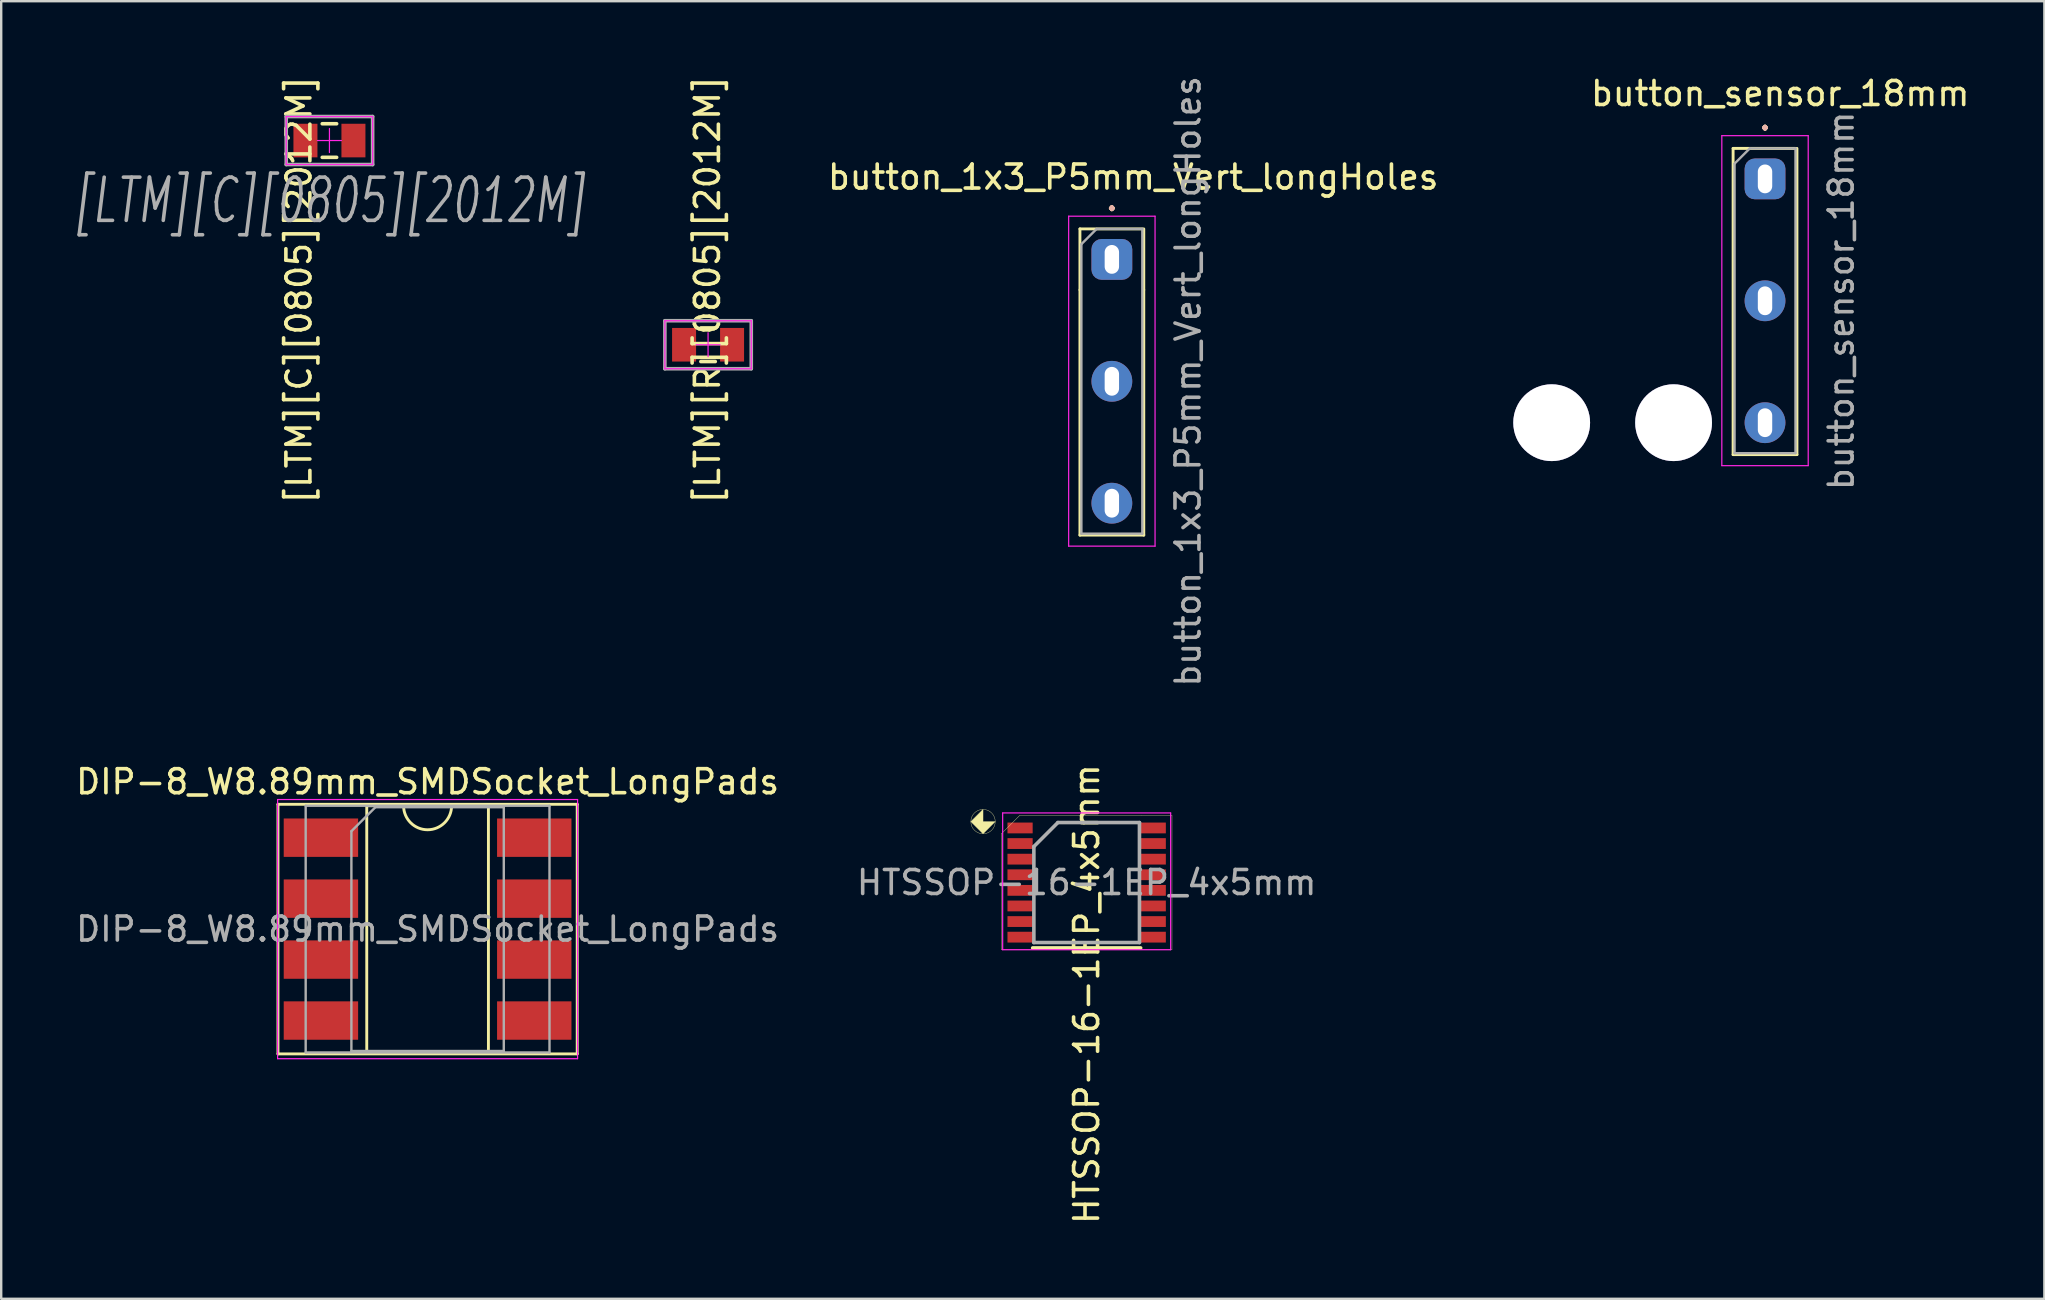
<source format=kicad_pcb>
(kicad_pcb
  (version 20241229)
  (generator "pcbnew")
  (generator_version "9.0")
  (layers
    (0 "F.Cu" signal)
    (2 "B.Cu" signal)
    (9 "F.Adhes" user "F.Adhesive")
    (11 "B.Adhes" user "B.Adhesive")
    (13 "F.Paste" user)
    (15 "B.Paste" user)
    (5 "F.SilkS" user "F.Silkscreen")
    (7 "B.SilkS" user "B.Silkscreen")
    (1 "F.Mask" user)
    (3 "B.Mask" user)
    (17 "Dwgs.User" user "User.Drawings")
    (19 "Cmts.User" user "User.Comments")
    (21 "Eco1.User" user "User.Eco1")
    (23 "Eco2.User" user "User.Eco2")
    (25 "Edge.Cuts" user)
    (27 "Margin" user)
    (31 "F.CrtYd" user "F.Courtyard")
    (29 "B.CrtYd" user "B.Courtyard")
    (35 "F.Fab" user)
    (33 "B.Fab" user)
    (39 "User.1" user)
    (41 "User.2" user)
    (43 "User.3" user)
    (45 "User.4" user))
  (footprint "[LTM][R][0805][2012M]"
    (layer "F.Cu")
    (at 26.456 11.316)
    (property "Reference" "[LTM][R][0805][2012M]" (at -0.025 -2.286 270) (layer "F.SilkS") (effects (font (size 1 1) (thickness 0.15))))
    (attr smd)
    (fp_line (start -0.3 -0.7) (end 0.3 -0.7) (stroke (width 0.15) (type solid)) (layer "F.SilkS"))
    (fp_line (start 0.3 0.7) (end -0.3 0.7) (stroke (width 0.15) (type solid)) (layer "F.SilkS"))
    (fp_line (start -1.8 -1) (end -1.8 1) (stroke (width 0.05) (type solid)) (layer "F.CrtYd"))
    (fp_line (start -1.8 -1) (end 1.8 -1) (stroke (width 0.05) (type solid)) (layer "F.CrtYd"))
    (fp_line (start 0 0) (end -0.5 0) (stroke (width 0.05) (type solid)) (layer "F.CrtYd"))
    (fp_line (start 0 0) (end 0 -0.5) (stroke (width 0.05) (type solid)) (layer "F.CrtYd"))
    (fp_line (start 0 0) (end 0 0.5) (stroke (width 0.05) (type solid)) (layer "F.CrtYd"))
    (fp_line (start 0.5 0) (end 0 0) (stroke (width 0.05) (type solid)) (layer "F.CrtYd"))
    (fp_line (start 1.8 1) (end -1.8 1) (stroke (width 0.05) (type solid)) (layer "F.CrtYd"))
    (fp_line (start 1.8 1) (end 1.8 -1) (stroke (width 0.05) (type solid)) (layer "F.CrtYd"))
    (fp_line (start -1.8 -1) (end 1.8 -1) (stroke (width 0.15) (type solid)) (layer "F.Fab"))
    (fp_line (start -1.8 1) (end -1.8 -1) (stroke (width 0.15) (type solid)) (layer "F.Fab"))
    (fp_line (start 1.8 -1) (end 1.8 1) (stroke (width 0.15) (type solid)) (layer "F.Fab"))
    (fp_line (start 1.8 1) (end -1.8 1) (stroke (width 0.15) (type solid)) (layer "F.Fab"))
    (pad "1" smd rect (at -1 0) (size 1 1.4) (layers "F.Cu" "F.Mask" "F.Paste"))
    (pad "2" smd rect (at 1 0) (size 1 1.4) (layers "F.Cu" "F.Mask" "F.Paste")))
  (footprint "button_sensor_18mm"
    (layer "F.Cu")
    (at 70.5 4.404)
    (property "Reference" "button_sensor_18mm" (at 0.635 -3.556 0) (layer "F.SilkS") (effects (font (size 1 1) (thickness 0.15))))
    (attr through_hole)
    (fp_line (start -1.33 -1.27) (end -1.33 11.49) (stroke (width 0.12) (type solid)) (layer "F.SilkS"))
    (fp_line (start -1.33 -1.27) (end 1.27 -1.27) (stroke (width 0.12) (type solid)) (layer "F.SilkS"))
    (fp_line (start -1.33 11.49) (end 1.33 11.49) (stroke (width 0.12) (type solid)) (layer "F.SilkS"))
    (fp_line (start 1.33 -1.27) (end 1.33 11.49) (stroke (width 0.12) (type solid)) (layer "F.SilkS"))
    (fp_line (start -1.8 -1.8) (end -1.8 11.95) (stroke (width 0.05) (type solid)) (layer "F.CrtYd"))
    (fp_line (start -1.8 11.95) (end 1.8 11.95) (stroke (width 0.05) (type solid)) (layer "F.CrtYd"))
    (fp_line (start 1.8 -1.8) (end -1.8 -1.8) (stroke (width 0.05) (type solid)) (layer "F.CrtYd"))
    (fp_line (start 1.8 11.95) (end 1.8 -1.8) (stroke (width 0.05) (type solid)) (layer "F.CrtYd"))
    (fp_line (start -1.27 -0.635) (end -0.635 -1.27) (stroke (width 0.1) (type solid)) (layer "F.Fab"))
    (fp_line (start -1.27 11.43) (end -1.27 -0.635) (stroke (width 0.1) (type solid)) (layer "F.Fab"))
    (fp_line (start -0.635 -1.27) (end 1.27 -1.27) (stroke (width 0.1) (type solid)) (layer "F.Fab"))
    (fp_line (start 1.27 -1.27) (end 1.27 11.43) (stroke (width 0.1) (type solid)) (layer "F.Fab"))
    (fp_line (start 1.27 11.43) (end -1.27 11.43) (stroke (width 0.1) (type solid)) (layer "F.Fab"))
    (fp_text user "." (at 0 -2.54 0) (layer "F.SilkS") (effects (font (size 1 1) (thickness 0.15))))
    (fp_text user "." (at 0 -2.54 0) (layer "B.SilkS") (effects (font (size 1 1) (thickness 0.15)) (justify mirror)))
    (fp_text user "${REFERENCE}" (at 3.175 5.08 90) (layer "F.Fab") (effects (font (size 1 1) (thickness 0.15))))
    (pad "1" thru_hole roundrect (at 0 0) (size 1.7 1.7) (drill oval 0.6 1.2) (layers "*.Cu" "*.Mask") (roundrect_rratio 0.25))
    (pad "2" thru_hole circle (at -8.89 10.16) (size 3.2 3.2) (drill 3.2) (layers "*.Mask" "F.Cu"))
    (pad "3" thru_hole oval (at 0 5.08) (size 1.7 1.7) (drill oval 0.6 1.2) (layers "*.Cu" "*.Mask"))
    (pad "4" thru_hole circle (at -3.81 10.16) (size 3.2 3.2) (drill 3.2) (layers "*.Mask" "F.Cu"))
    (pad "5" thru_hole oval (at 0 10.16) (size 1.7 1.7) (drill oval 0.6 1.2) (layers "*.Cu" "*.Mask")))
  (footprint "button_1x3_P5mm_Vert_longHoles"
    (layer "F.Cu")
    (at 43.282 7.759)
    (property "Reference" "button_1x3_P5mm_Vert_longHoles" (at 0.889 -3.429 0) (layer "F.SilkS") (effects (font (size 1 1) (thickness 0.15))))
    (attr through_hole)
    (fp_line (start -1.33 -1.27) (end 1.27 -1.27) (stroke (width 0.12) (type solid)) (layer "F.SilkS"))
    (fp_line (start -1.33 1.27) (end -1.33 -1.27) (stroke (width 0.12) (type solid)) (layer "F.SilkS"))
    (fp_line (start -1.33 1.27) (end -1.33 11.49) (stroke (width 0.12) (type solid)) (layer "F.SilkS"))
    (fp_line (start -1.33 11.49) (end 1.33 11.49) (stroke (width 0.12) (type solid)) (layer "F.SilkS"))
    (fp_line (start 1.33 -1.27) (end 1.33 1.27) (stroke (width 0.12) (type solid)) (layer "F.SilkS"))
    (fp_line (start 1.33 1.27) (end 1.33 11.49) (stroke (width 0.12) (type solid)) (layer "F.SilkS"))
    (fp_line (start -1.8 -1.8) (end -1.8 11.95) (stroke (width 0.05) (type solid)) (layer "F.CrtYd"))
    (fp_line (start -1.8 11.95) (end 1.8 11.95) (stroke (width 0.05) (type solid)) (layer "F.CrtYd"))
    (fp_line (start 1.8 -1.8) (end -1.8 -1.8) (stroke (width 0.05) (type solid)) (layer "F.CrtYd"))
    (fp_line (start 1.8 11.95) (end 1.8 -1.8) (stroke (width 0.05) (type solid)) (layer "F.CrtYd"))
    (fp_line (start -1.27 -0.635) (end -0.635 -1.27) (stroke (width 0.1) (type solid)) (layer "F.Fab"))
    (fp_line (start -1.27 11.43) (end -1.27 -0.635) (stroke (width 0.1) (type solid)) (layer "F.Fab"))
    (fp_line (start -0.635 -1.27) (end 1.27 -1.27) (stroke (width 0.1) (type solid)) (layer "F.Fab"))
    (fp_line (start 1.27 -1.27) (end 1.27 11.43) (stroke (width 0.1) (type solid)) (layer "F.Fab"))
    (fp_line (start 1.27 11.43) (end -1.27 11.43) (stroke (width 0.1) (type solid)) (layer "F.Fab"))
    (fp_text user "." (at 0 -2.54 0) (layer "F.SilkS") (effects (font (size 1 1) (thickness 0.15))))
    (fp_text user "." (at 0 -2.54 0) (layer "B.SilkS") (effects (font (size 1 1) (thickness 0.15)) (justify mirror)))
    (fp_text user "${REFERENCE}" (at 3.175 5.08 90) (layer "F.Fab") (effects (font (size 1 1) (thickness 0.15))))
    (pad "1" thru_hole roundrect (at 0 0) (size 1.7 1.7) (drill oval 0.6 1.2) (layers "*.Cu" "*.Mask") (roundrect_rratio 0.25))
    (pad "3" thru_hole oval (at 0 5.08) (size 1.7 1.7) (drill oval 0.6 1.2) (layers "*.Cu" "*.Mask"))
    (pad "5" thru_hole oval (at 0 10.16) (size 1.7 1.7) (drill oval 0.6 1.2) (layers "*.Cu" "*.Mask")))
  (footprint "DIP-8_W8.89mm_SMDSocket_LongPads"
    (layer "F.Cu")
    (at 14.768 35.667)
    (property "Reference" "DIP-8_W8.89mm_SMDSocket_LongPads" (at 0 -6.14 180) (layer "F.SilkS") (effects (font (size 1 1) (thickness 0.15))))
    (attr smd)
    (fp_line (start -6.235 -5.2) (end -6.235 5.2) (stroke (width 0.12) (type solid)) (layer "F.SilkS"))
    (fp_line (start -6.235 5.2) (end 6.235 5.2) (stroke (width 0.12) (type solid)) (layer "F.SilkS"))
    (fp_line (start -2.535 -5.14) (end -2.535 5.14) (stroke (width 0.12) (type solid)) (layer "F.SilkS"))
    (fp_line (start -2.535 5.14) (end 2.535 5.14) (stroke (width 0.12) (type solid)) (layer "F.SilkS"))
    (fp_line (start -1 -5.14) (end -2.535 -5.14) (stroke (width 0.12) (type solid)) (layer "F.SilkS"))
    (fp_line (start 2.535 -5.14) (end 1 -5.14) (stroke (width 0.12) (type solid)) (layer "F.SilkS"))
    (fp_line (start 2.535 5.14) (end 2.535 -5.14) (stroke (width 0.12) (type solid)) (layer "F.SilkS"))
    (fp_line (start 6.235 -5.2) (end -6.235 -5.2) (stroke (width 0.12) (type solid)) (layer "F.SilkS"))
    (fp_line (start 6.235 5.2) (end 6.235 -5.2) (stroke (width 0.12) (type solid)) (layer "F.SilkS"))
    (fp_arc (start 1 -5.14) (mid 0 -4.14) (end -1 -5.14) (stroke (width 0.12) (type solid)) (layer "F.SilkS"))
    (fp_line (start -6.25 -5.4) (end -6.25 5.4) (stroke (width 0.05) (type solid)) (layer "F.CrtYd"))
    (fp_line (start -6.25 5.4) (end 6.25 5.4) (stroke (width 0.05) (type solid)) (layer "F.CrtYd"))
    (fp_line (start 6.25 -5.4) (end -6.25 -5.4) (stroke (width 0.05) (type solid)) (layer "F.CrtYd"))
    (fp_line (start 6.25 5.4) (end 6.25 -5.4) (stroke (width 0.05) (type solid)) (layer "F.CrtYd"))
    (fp_line (start -5.08 -5.14) (end -5.08 5.14) (stroke (width 0.1) (type solid)) (layer "F.Fab"))
    (fp_line (start -5.08 5.14) (end 5.08 5.14) (stroke (width 0.1) (type solid)) (layer "F.Fab"))
    (fp_line (start -3.175 -4.08) (end -2.175 -5.08) (stroke (width 0.1) (type solid)) (layer "F.Fab"))
    (fp_line (start -3.175 5.08) (end -3.175 -4.08) (stroke (width 0.1) (type solid)) (layer "F.Fab"))
    (fp_line (start -2.175 -5.08) (end 3.175 -5.08) (stroke (width 0.1) (type solid)) (layer "F.Fab"))
    (fp_line (start 3.175 -5.08) (end 3.175 5.08) (stroke (width 0.1) (type solid)) (layer "F.Fab"))
    (fp_line (start 3.175 5.08) (end -3.175 5.08) (stroke (width 0.1) (type solid)) (layer "F.Fab"))
    (fp_line (start 5.08 -5.14) (end -5.08 -5.14) (stroke (width 0.1) (type solid)) (layer "F.Fab"))
    (fp_line (start 5.08 5.14) (end 5.08 -5.14) (stroke (width 0.1) (type solid)) (layer "F.Fab"))
    (fp_text user "${REFERENCE}" (at 0 0 180) (layer "F.Fab") (effects (font (size 1 1) (thickness 0.15))))
    (pad "1" smd rect (at -4.445 -3.81) (size 3.1 1.6) (layers "F.Cu" "F.Mask" "F.Paste"))
    (pad "2" smd rect (at -4.445 -1.27) (size 3.1 1.6) (layers "F.Cu" "F.Mask" "F.Paste"))
    (pad "3" smd rect (at -4.445 1.27) (size 3.1 1.6) (layers "F.Cu" "F.Mask" "F.Paste"))
    (pad "4" smd rect (at -4.445 3.81) (size 3.1 1.6) (layers "F.Cu" "F.Mask" "F.Paste"))
    (pad "5" smd rect (at 4.445 3.81) (size 3.1 1.6) (layers "F.Cu" "F.Mask" "F.Paste"))
    (pad "6" smd rect (at 4.445 1.27) (size 3.1 1.6) (layers "F.Cu" "F.Mask" "F.Paste"))
    (pad "7" smd rect (at 4.445 -1.27) (size 3.1 1.6) (layers "F.Cu" "F.Mask" "F.Paste"))
    (pad "8" smd rect (at 4.445 -3.81) (size 3.1 1.6) (layers "F.Cu" "F.Mask" "F.Paste")))
  (footprint "HTSSOP-16-1EP_4x5mm"
    (layer "F.Cu")
    (at 42.232 33.727)
    (property "Reference" "HTSSOP-16-1EP_4x5mm" (at 0 4.648 90) (layer "F.SilkS") (effects (font (size 1 1) (thickness 0.15))))
    (attr smd)
    (fp_line (start -3.556 -2.032) (end -2.794 -2.794) (stroke (width 0.014) (type solid)) (layer "F.SilkS"))
    (fp_line (start -3.556 2.794) (end -3.556 -2.032) (stroke (width 0.014) (type solid)) (layer "F.SilkS"))
    (fp_line (start -2.794 -2.794) (end 2.286 -2.794) (stroke (width 0.014) (type solid)) (layer "F.SilkS"))
    (fp_line (start -2.25 2.725) (end 2.25 2.725) (stroke (width 0.15) (type solid)) (layer "F.SilkS"))
    (fp_line (start 2.286 -2.794) (end 3.556 -2.794) (stroke (width 0.014) (type solid)) (layer "F.SilkS"))
    (fp_line (start 3.556 -2.794) (end 3.556 2.794) (stroke (width 0.014) (type solid)) (layer "F.SilkS"))
    (fp_line (start 3.556 2.794) (end -3.556 2.794) (stroke (width 0.014) (type solid)) (layer "F.SilkS"))
    (fp_circle (center -4.318 -2.54) (end -3.81 -2.54) (stroke (width 0.014) (type solid)) (fill no) (layer "F.SilkS"))
    (fp_poly (pts (xy -3.81 -2.54) (xy -4.318 -2.54) (xy -4.318 -3.048) (xy -4.826 -2.54) (xy -4.318 -2.032)) (stroke (width 0.014) (type solid)) (fill yes) (layer "F.SilkS"))
    (fp_line (start -3.5 -2.9) (end -3.5 2.8) (stroke (width 0.05) (type solid)) (layer "F.CrtYd"))
    (fp_line (start -3.5 -2.9) (end 3.5 -2.9) (stroke (width 0.05) (type solid)) (layer "F.CrtYd"))
    (fp_line (start -3.5 2.8) (end 3.5 2.8) (stroke (width 0.05) (type solid)) (layer "F.CrtYd"))
    (fp_line (start 3.5 -2.9) (end 3.5 2.8) (stroke (width 0.05) (type solid)) (layer "F.CrtYd"))
    (fp_line (start -2.2 -1.5) (end -1.2 -2.5) (stroke (width 0.15) (type solid)) (layer "F.Fab"))
    (fp_line (start -2.2 2.5) (end -2.2 -1.5) (stroke (width 0.15) (type solid)) (layer "F.Fab"))
    (fp_line (start -1.2 -2.5) (end 2.2 -2.5) (stroke (width 0.15) (type solid)) (layer "F.Fab"))
    (fp_line (start 2.2 -2.5) (end 2.2 2.5) (stroke (width 0.15) (type solid)) (layer "F.Fab"))
    (fp_line (start 2.2 2.5) (end -2.2 2.5) (stroke (width 0.15) (type solid)) (layer "F.Fab"))
    (fp_text user "${REFERENCE}" (at 0 0 0) (layer "F.Fab") (effects (font (size 1 1) (thickness 0.15))))
    (pad "1" smd rect (at -2.775 -2.275) (size 1.05 0.45) (layers "F.Cu" "F.Mask" "F.Paste"))
    (pad "2" smd rect (at -2.775 -1.625) (size 1.05 0.45) (layers "F.Cu" "F.Mask" "F.Paste"))
    (pad "3" smd rect (at -2.775 -0.975) (size 1.05 0.45) (layers "F.Cu" "F.Mask" "F.Paste"))
    (pad "4" smd rect (at -2.775 -0.325) (size 1.05 0.45) (layers "F.Cu" "F.Mask" "F.Paste"))
    (pad "5" smd rect (at -2.775 0.325) (size 1.05 0.45) (layers "F.Cu" "F.Mask" "F.Paste"))
    (pad "6" smd rect (at -2.775 0.975) (size 1.05 0.45) (layers "F.Cu" "F.Mask" "F.Paste"))
    (pad "7" smd rect (at -2.775 1.625) (size 1.05 0.45) (layers "F.Cu" "F.Mask" "F.Paste"))
    (pad "8" smd rect (at -2.775 2.275) (size 1.05 0.45) (layers "F.Cu" "F.Mask" "F.Paste"))
    (pad "9" smd rect (at 2.775 2.275) (size 1.05 0.45) (layers "F.Cu" "F.Mask" "F.Paste"))
    (pad "10" smd rect (at 2.775 1.625) (size 1.05 0.45) (layers "F.Cu" "F.Mask" "F.Paste"))
    (pad "11" smd rect (at 2.775 0.975) (size 1.05 0.45) (layers "F.Cu" "F.Mask" "F.Paste"))
    (pad "12" smd rect (at 2.775 0.325) (size 1.05 0.45) (layers "F.Cu" "F.Mask" "F.Paste"))
    (pad "13" smd rect (at 2.775 -0.325) (size 1.05 0.45) (layers "F.Cu" "F.Mask" "F.Paste"))
    (pad "14" smd rect (at 2.775 -0.975) (size 1.05 0.45) (layers "F.Cu" "F.Mask" "F.Paste"))
    (pad "15" smd rect (at 2.775 -1.625) (size 1.05 0.45) (layers "F.Cu" "F.Mask" "F.Paste"))
    (pad "16" smd rect (at 2.775 -2.275) (size 1.05 0.45) (layers "F.Cu" "F.Mask" "F.Paste")))
  (footprint "[LTM][C][0805][2012M]"
    (layer "F.Cu")
    (at 10.678 2.807)
    (property "Reference" "[LTM][C][0805][2012M]" (at -1.27 6.223 270) (layer "F.SilkS") (effects (font (size 1 1) (thickness 0.15))))
    (attr smd)
    (fp_line (start -0.3 0.7) (end 0.3 0.7) (stroke (width 0.15) (type solid)) (layer "F.SilkS"))
    (fp_line (start 0.3 -0.7) (end -0.3 -0.7) (stroke (width 0.15) (type solid)) (layer "F.SilkS"))
    (fp_line (start -1.8 -1) (end -1.8 1) (stroke (width 0.05) (type solid)) (layer "F.CrtYd"))
    (fp_line (start -1.8 -1) (end 1.8 -1) (stroke (width 0.05) (type solid)) (layer "F.CrtYd"))
    (fp_line (start 0 0) (end -0.5 0) (stroke (width 0.05) (type solid)) (layer "F.CrtYd"))
    (fp_line (start 0 0) (end 0 -0.5) (stroke (width 0.05) (type solid)) (layer "F.CrtYd"))
    (fp_line (start 0 0) (end 0 0.5) (stroke (width 0.05) (type solid)) (layer "F.CrtYd"))
    (fp_line (start 0.5 0) (end 0 0) (stroke (width 0.05) (type solid)) (layer "F.CrtYd"))
    (fp_line (start 1.8 1) (end -1.8 1) (stroke (width 0.05) (type solid)) (layer "F.CrtYd"))
    (fp_line (start 1.8 1) (end 1.8 -1) (stroke (width 0.05) (type solid)) (layer "F.CrtYd"))
    (fp_line (start -1.8 -1) (end 1.8 -1) (stroke (width 0.15) (type solid)) (layer "F.Fab"))
    (fp_line (start -1.8 1) (end -1.8 -1) (stroke (width 0.15) (type solid)) (layer "F.Fab"))
    (fp_line (start 1.8 -1) (end 1.8 1) (stroke (width 0.15) (type solid)) (layer "F.Fab"))
    (fp_line (start 1.8 1) (end -1.8 1) (stroke (width 0.15) (type solid)) (layer "F.Fab"))
    (fp_text user "${REFERENCE}" (at 0 2.5 0) (layer "F.Fab") (effects (font (size 1.8 1.2) (thickness 0.15) (italic yes))))
    (pad "1" smd rect (at -1 0) (size 1 1.4) (layers "F.Cu" "F.Mask" "F.Paste"))
    (pad "2" smd rect (at 1 0) (size 1 1.4) (layers "F.Cu" "F.Mask" "F.Paste")))
  (gr_rect
    (start -3 -3)
    (end 82.141 51.071)
    (stroke (width 0.1) (type default))
    (fill no)
    (layer "Edge.Cuts")))
</source>
